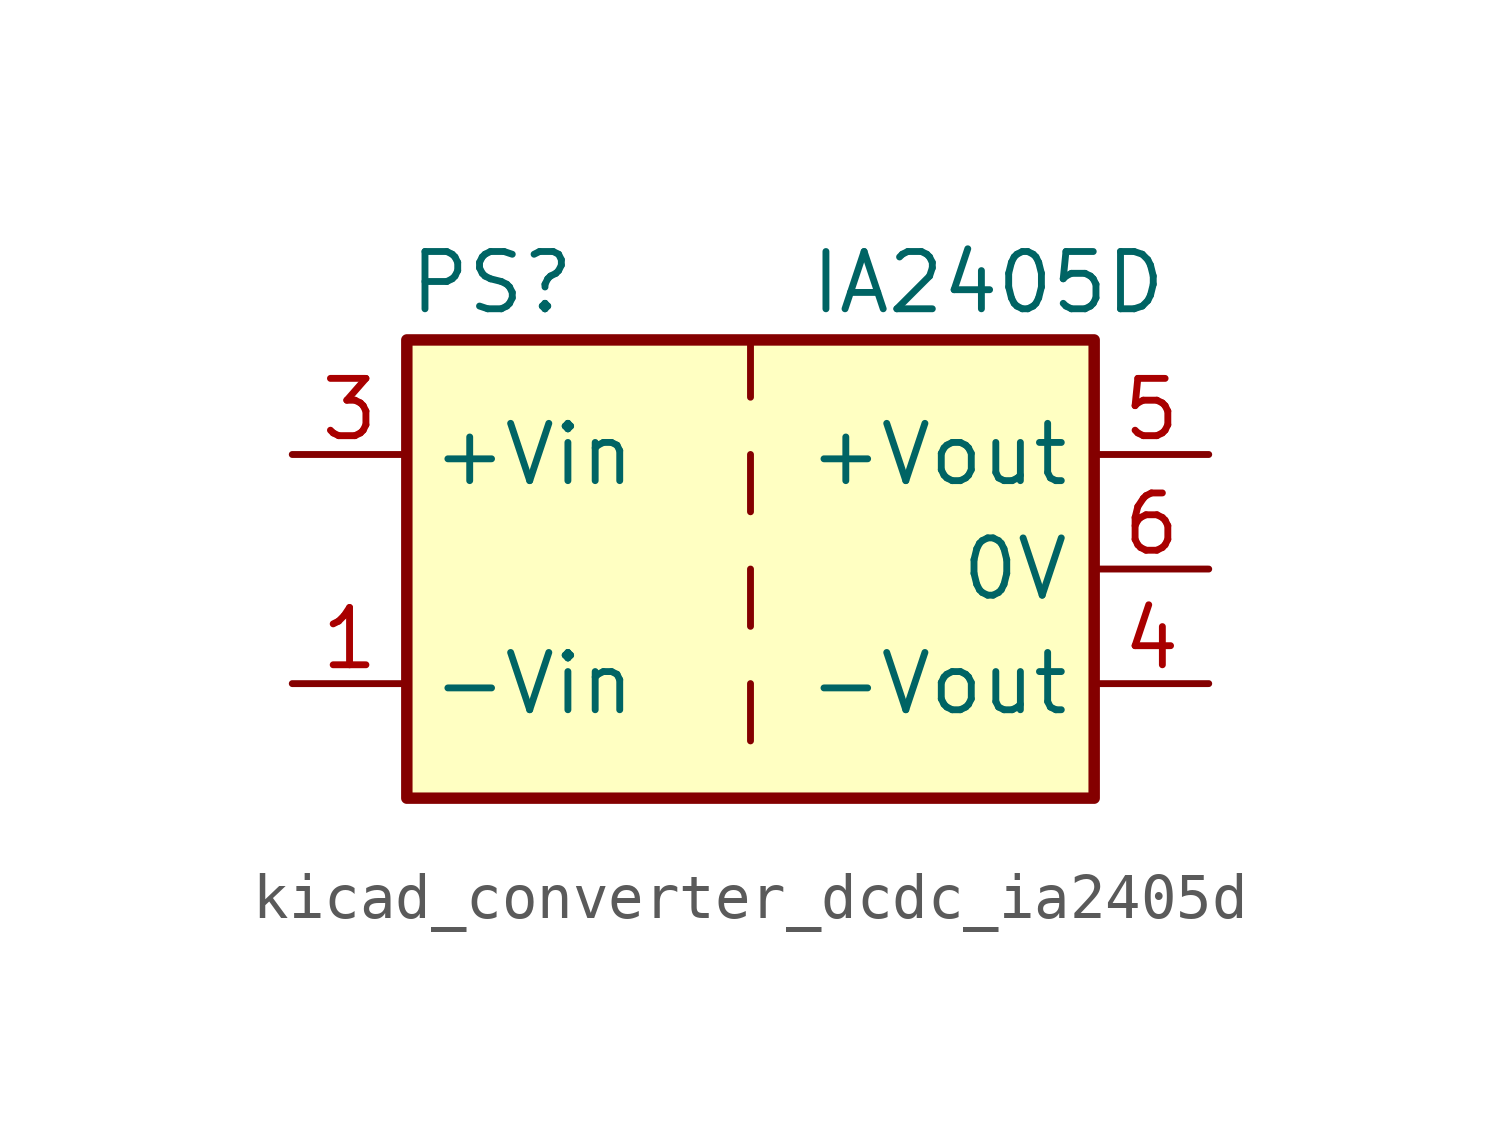
<source format=kicad_sym>
(kicad_symbol_lib
  (version 20220914)
  (generator kicad_symbol_editor)
  (symbol "kicad_converter_dcdc_ia2405d"
    (property "Reference" "PS"
      (at -7.62 6.35 0)
      (effects (font (size 1.27 1.27)) (justify left)))
    (property "Value" "IA2405D"
      (at 1.27 6.35 0)
      (effects (font (size 1.27 1.27)) (justify left)))
    (symbol "kicad_converter_dcdc_ia2405d_0_0"
      (pin power_in line (at -10.16 -2.54 0) (length 2.54) (name "-Vin" (effects (font (size 1.27 1.27)))) (number "1" (effects (font (size 1.27 1.27)))))
      (pin power_in line (at -10.16 2.54 0) (length 2.54) (name "+Vin" (effects (font (size 1.27 1.27)))) (number "3" (effects (font (size 1.27 1.27)))))
      (pin power_out line (at 10.16 -2.54 180) (length 2.54) (name "-Vout" (effects (font (size 1.27 1.27)))) (number "4" (effects (font (size 1.27 1.27)))))
      (pin power_out line (at 10.16 2.54 180) (length 2.54) (name "+Vout" (effects (font (size 1.27 1.27)))) (number "5" (effects (font (size 1.27 1.27)))))
      (pin power_out line (at 10.16 0 180) (length 2.54) (name "0V" (effects (font (size 1.27 1.27)))) (number "6" (effects (font (size 1.27 1.27))))))
    (symbol "kicad_converter_dcdc_ia2405d_0_1"
      (rectangle (start -7.62 5.08) (end 7.62 -5.08) (stroke (width 0.254) (type default)) (fill (type background)))
      (polyline (pts (xy 0 -2.54) (xy 0 -3.81)) (stroke (width 0) (type default)) (fill (type none)))
      (polyline (pts (xy 0 0) (xy 0 -1.27)) (stroke (width 0) (type default)) (fill (type none)))
      (polyline (pts (xy 0 2.54) (xy 0 1.27)) (stroke (width 0) (type default)) (fill (type none)))
      (polyline (pts (xy 0 5.08) (xy 0 3.81)) (stroke (width 0) (type default)) (fill (type none))))
    (symbol "kicad_converter_dcdc_ia2405d_1_1"
      (pin no_connect line (at 0 -5.08 90) (length 2.54) hide (name "NC" (effects (font (size 1.27 1.27)))) (number "2" (effects (font (size 1.27 1.27))))))))
</source>
